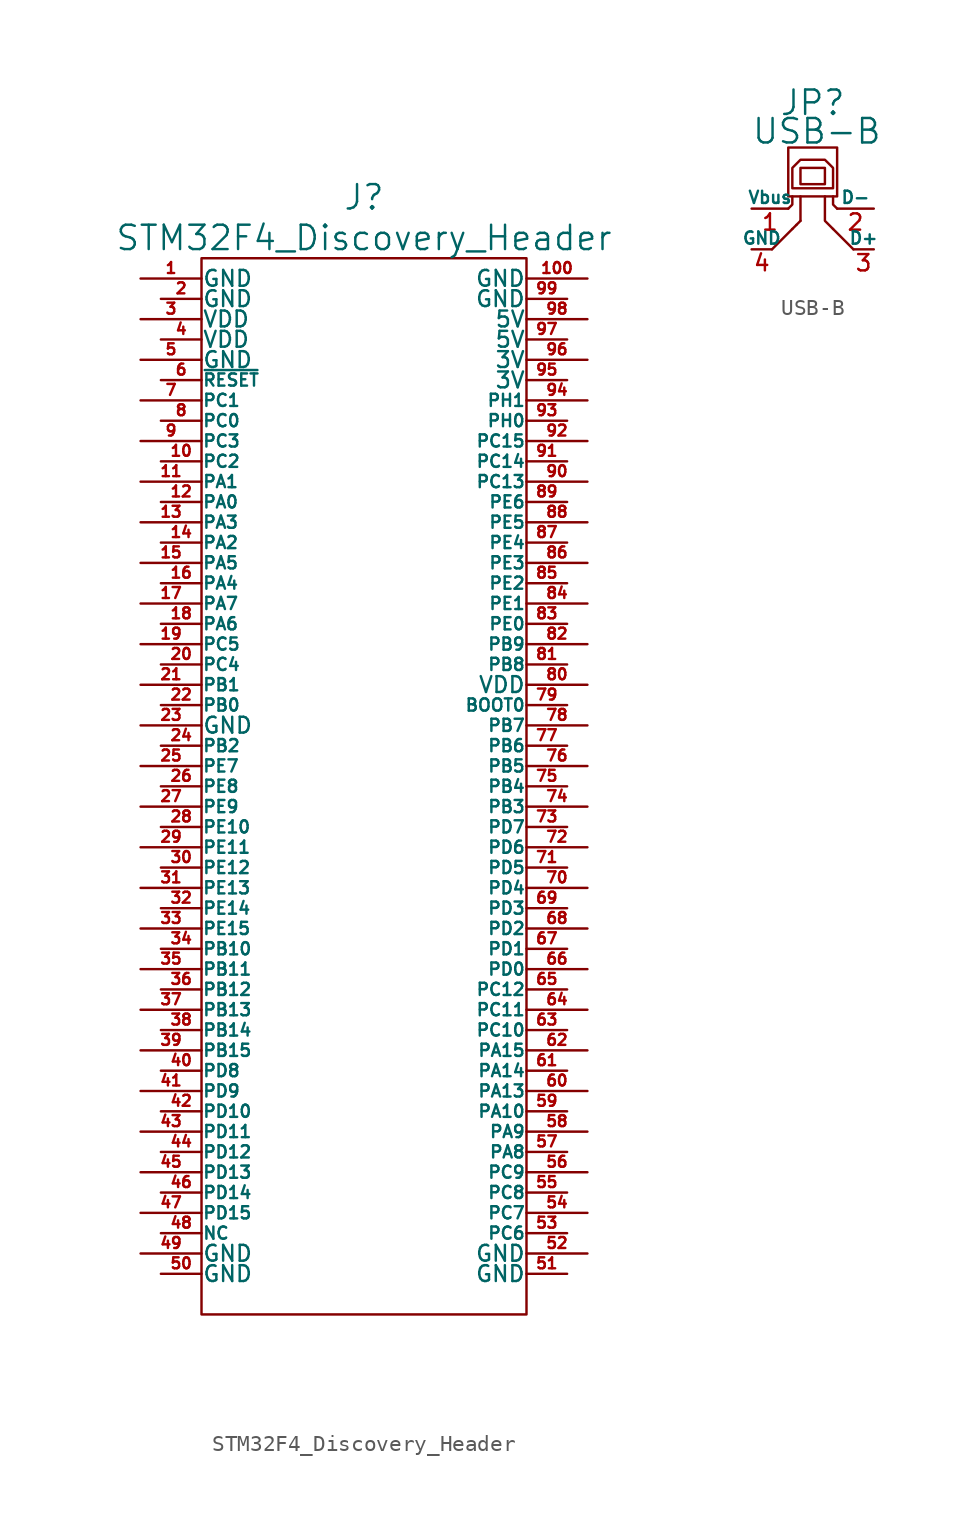
<source format=kicad_sym>
(kicad_symbol_lib
  (version 20201005)
  (generator kicad_symbol_editor)
  (symbol "STM32F4_Discovery_Header"
    (pin_names
      (offset 0.025))
    (property "Reference" "J"
      (at 0 36.83 0)
      (effects (font (size 1.524 1.524))))
    (property "Value" "STM32F4_Discovery_Header"
      (at 0 34.29 0)
      (effects (font (size 1.524 1.524))))
    (property "Footprint" ""
      (at 0 8.89 0)
      (effects (font (size 1.524 1.524))))
    (property "Datasheet" ""
      (at 0 8.89 0)
      (effects (font (size 1.524 1.524))))
    (symbol "STM32F4_Discovery_Header_0_1"
      (rectangle (start 10.16 -33.02) (end -10.16 33.02) (stroke (width 0)) (fill (type none))))
    (symbol "STM32F4_Discovery_Header_1_1"
      (pin passive line (at -13.97 31.75 0) (length 3.81) (name "GND" (effects (font (size 0.991 0.991)))) (number "1" (effects (font (size 0.686 0.686)))))
      (pin passive line (at -12.7 20.32 0) (length 2.54) (name "PC2" (effects (font (size 0.762 0.762)))) (number "10" (effects (font (size 0.686 0.686)))))
      (pin passive line (at 13.97 31.75 180) (length 3.81) (name "GND" (effects (font (size 0.991 0.991)))) (number "100" (effects (font (size 0.686 0.686)))))
      (pin passive line (at -13.97 19.05 0) (length 3.81) (name "PA1" (effects (font (size 0.762 0.762)))) (number "11" (effects (font (size 0.686 0.686)))))
      (pin passive line (at -12.7 17.78 0) (length 2.54) (name "PA0" (effects (font (size 0.762 0.762)))) (number "12" (effects (font (size 0.686 0.686)))))
      (pin passive line (at -13.97 16.51 0) (length 3.81) (name "PA3" (effects (font (size 0.762 0.762)))) (number "13" (effects (font (size 0.686 0.686)))))
      (pin passive line (at -12.7 15.24 0) (length 2.54) (name "PA2" (effects (font (size 0.762 0.762)))) (number "14" (effects (font (size 0.686 0.686)))))
      (pin passive line (at -13.97 13.97 0) (length 3.81) (name "PA5" (effects (font (size 0.762 0.762)))) (number "15" (effects (font (size 0.686 0.686)))))
      (pin passive line (at -12.7 12.7 0) (length 2.54) (name "PA4" (effects (font (size 0.762 0.762)))) (number "16" (effects (font (size 0.686 0.686)))))
      (pin passive line (at -13.97 11.43 0) (length 3.81) (name "PA7" (effects (font (size 0.762 0.762)))) (number "17" (effects (font (size 0.686 0.686)))))
      (pin passive line (at -12.7 10.16 0) (length 2.54) (name "PA6" (effects (font (size 0.762 0.762)))) (number "18" (effects (font (size 0.686 0.686)))))
      (pin passive line (at -13.97 8.89 0) (length 3.81) (name "PC5" (effects (font (size 0.762 0.762)))) (number "19" (effects (font (size 0.686 0.686)))))
      (pin passive line (at -12.7 30.48 0) (length 2.54) (name "GND" (effects (font (size 0.991 0.991)))) (number "2" (effects (font (size 0.686 0.686)))))
      (pin passive line (at -12.7 7.62 0) (length 2.54) (name "PC4" (effects (font (size 0.762 0.762)))) (number "20" (effects (font (size 0.686 0.686)))))
      (pin passive line (at -13.97 6.35 0) (length 3.81) (name "PB1" (effects (font (size 0.762 0.762)))) (number "21" (effects (font (size 0.686 0.686)))))
      (pin passive line (at -12.7 5.08 0) (length 2.54) (name "PB0" (effects (font (size 0.762 0.762)))) (number "22" (effects (font (size 0.686 0.686)))))
      (pin passive line (at -13.97 3.81 0) (length 3.81) (name "GND" (effects (font (size 0.991 0.991)))) (number "23" (effects (font (size 0.686 0.686)))))
      (pin passive line (at -12.7 2.54 0) (length 2.54) (name "PB2" (effects (font (size 0.762 0.762)))) (number "24" (effects (font (size 0.686 0.686)))))
      (pin passive line (at -13.97 1.27 0) (length 3.81) (name "PE7" (effects (font (size 0.762 0.762)))) (number "25" (effects (font (size 0.686 0.686)))))
      (pin passive line (at -12.7 0 0) (length 2.54) (name "PE8" (effects (font (size 0.762 0.762)))) (number "26" (effects (font (size 0.686 0.686)))))
      (pin passive line (at -13.97 -1.27 0) (length 3.81) (name "PE9" (effects (font (size 0.762 0.762)))) (number "27" (effects (font (size 0.686 0.686)))))
      (pin passive line (at -12.7 -2.54 0) (length 2.54) (name "PE10" (effects (font (size 0.762 0.762)))) (number "28" (effects (font (size 0.686 0.686)))))
      (pin passive line (at -13.97 -3.81 0) (length 3.81) (name "PE11" (effects (font (size 0.762 0.762)))) (number "29" (effects (font (size 0.686 0.686)))))
      (pin passive line (at -13.97 29.21 0) (length 3.81) (name "VDD" (effects (font (size 0.991 0.991)))) (number "3" (effects (font (size 0.686 0.686)))))
      (pin passive line (at -12.7 -5.08 0) (length 2.54) (name "PE12" (effects (font (size 0.762 0.762)))) (number "30" (effects (font (size 0.686 0.686)))))
      (pin passive line (at -13.97 -6.35 0) (length 3.81) (name "PE13" (effects (font (size 0.762 0.762)))) (number "31" (effects (font (size 0.686 0.686)))))
      (pin passive line (at -12.7 -7.62 0) (length 2.54) (name "PE14" (effects (font (size 0.762 0.762)))) (number "32" (effects (font (size 0.686 0.686)))))
      (pin passive line (at -13.97 -8.89 0) (length 3.81) (name "PE15" (effects (font (size 0.762 0.762)))) (number "33" (effects (font (size 0.686 0.686)))))
      (pin passive line (at -12.7 -10.16 0) (length 2.54) (name "PB10" (effects (font (size 0.762 0.762)))) (number "34" (effects (font (size 0.686 0.686)))))
      (pin passive line (at -13.97 -11.43 0) (length 3.81) (name "PB11" (effects (font (size 0.762 0.762)))) (number "35" (effects (font (size 0.686 0.686)))))
      (pin passive line (at -12.7 -12.7 0) (length 2.54) (name "PB12" (effects (font (size 0.762 0.762)))) (number "36" (effects (font (size 0.686 0.686)))))
      (pin passive line (at -13.97 -13.97 0) (length 3.81) (name "PB13" (effects (font (size 0.762 0.762)))) (number "37" (effects (font (size 0.686 0.686)))))
      (pin passive line (at -12.7 -15.24 0) (length 2.54) (name "PB14" (effects (font (size 0.762 0.762)))) (number "38" (effects (font (size 0.686 0.686)))))
      (pin passive line (at -13.97 -16.51 0) (length 3.81) (name "PB15" (effects (font (size 0.762 0.762)))) (number "39" (effects (font (size 0.686 0.686)))))
      (pin passive line (at -12.7 27.94 0) (length 2.54) (name "VDD" (effects (font (size 0.991 0.991)))) (number "4" (effects (font (size 0.686 0.686)))))
      (pin passive line (at -12.7 -17.78 0) (length 2.54) (name "PD8" (effects (font (size 0.762 0.762)))) (number "40" (effects (font (size 0.686 0.686)))))
      (pin passive line (at -13.97 -19.05 0) (length 3.81) (name "PD9" (effects (font (size 0.762 0.762)))) (number "41" (effects (font (size 0.686 0.686)))))
      (pin passive line (at -12.7 -20.32 0) (length 2.54) (name "PD10" (effects (font (size 0.762 0.762)))) (number "42" (effects (font (size 0.686 0.686)))))
      (pin passive line (at -13.97 -21.59 0) (length 3.81) (name "PD11" (effects (font (size 0.762 0.762)))) (number "43" (effects (font (size 0.686 0.686)))))
      (pin passive line (at -12.7 -22.86 0) (length 2.54) (name "PD12" (effects (font (size 0.762 0.762)))) (number "44" (effects (font (size 0.686 0.686)))))
      (pin passive line (at -13.97 -24.13 0) (length 3.81) (name "PD13" (effects (font (size 0.762 0.762)))) (number "45" (effects (font (size 0.686 0.686)))))
      (pin passive line (at -12.7 -25.4 0) (length 2.54) (name "PD14" (effects (font (size 0.762 0.762)))) (number "46" (effects (font (size 0.686 0.686)))))
      (pin passive line (at -13.97 -26.67 0) (length 3.81) (name "PD15" (effects (font (size 0.762 0.762)))) (number "47" (effects (font (size 0.686 0.686)))))
      (pin passive line (at -12.7 -27.94 0) (length 2.54) (name "NC" (effects (font (size 0.762 0.762)))) (number "48" (effects (font (size 0.686 0.686)))))
      (pin passive line (at -13.97 -29.21 0) (length 3.81) (name "GND" (effects (font (size 0.991 0.991)))) (number "49" (effects (font (size 0.686 0.686)))))
      (pin passive line (at -13.97 26.67 0) (length 3.81) (name "GND" (effects (font (size 0.991 0.991)))) (number "5" (effects (font (size 0.686 0.686)))))
      (pin passive line (at -12.7 -30.48 0) (length 2.54) (name "GND" (effects (font (size 0.991 0.991)))) (number "50" (effects (font (size 0.686 0.686)))))
      (pin passive line (at 12.7 -30.48 180) (length 2.54) (name "GND" (effects (font (size 0.991 0.991)))) (number "51" (effects (font (size 0.686 0.686)))))
      (pin passive line (at 13.97 -29.21 180) (length 3.81) (name "GND" (effects (font (size 0.991 0.991)))) (number "52" (effects (font (size 0.686 0.686)))))
      (pin passive line (at 12.7 -27.94 180) (length 2.54) (name "PC6" (effects (font (size 0.762 0.762)))) (number "53" (effects (font (size 0.686 0.686)))))
      (pin passive line (at 13.97 -26.67 180) (length 3.81) (name "PC7" (effects (font (size 0.762 0.762)))) (number "54" (effects (font (size 0.686 0.686)))))
      (pin passive line (at 12.7 -25.4 180) (length 2.54) (name "PC8" (effects (font (size 0.762 0.762)))) (number "55" (effects (font (size 0.686 0.686)))))
      (pin passive line (at 13.97 -24.13 180) (length 3.81) (name "PC9" (effects (font (size 0.762 0.762)))) (number "56" (effects (font (size 0.686 0.686)))))
      (pin passive line (at 12.7 -22.86 180) (length 2.54) (name "PA8" (effects (font (size 0.762 0.762)))) (number "57" (effects (font (size 0.686 0.686)))))
      (pin passive line (at 13.97 -21.59 180) (length 3.81) (name "PA9" (effects (font (size 0.762 0.762)))) (number "58" (effects (font (size 0.686 0.686)))))
      (pin passive line (at 12.7 -20.32 180) (length 2.54) (name "PA10" (effects (font (size 0.762 0.762)))) (number "59" (effects (font (size 0.686 0.686)))))
      (pin passive line (at -12.7 25.4 0) (length 2.54) (name "~RESET" (effects (font (size 0.762 0.762)))) (number "6" (effects (font (size 0.686 0.686)))))
      (pin passive line (at 13.97 -19.05 180) (length 3.81) (name "PA13" (effects (font (size 0.762 0.762)))) (number "60" (effects (font (size 0.686 0.686)))))
      (pin passive line (at 12.7 -17.78 180) (length 2.54) (name "PA14" (effects (font (size 0.762 0.762)))) (number "61" (effects (font (size 0.686 0.686)))))
      (pin passive line (at 13.97 -16.51 180) (length 3.81) (name "PA15" (effects (font (size 0.762 0.762)))) (number "62" (effects (font (size 0.686 0.686)))))
      (pin passive line (at 12.7 -15.24 180) (length 2.54) (name "PC10" (effects (font (size 0.762 0.762)))) (number "63" (effects (font (size 0.686 0.686)))))
      (pin passive line (at 13.97 -13.97 180) (length 3.81) (name "PC11" (effects (font (size 0.762 0.762)))) (number "64" (effects (font (size 0.686 0.686)))))
      (pin passive line (at 12.7 -12.7 180) (length 2.54) (name "PC12" (effects (font (size 0.762 0.762)))) (number "65" (effects (font (size 0.686 0.686)))))
      (pin passive line (at 13.97 -11.43 180) (length 3.81) (name "PD0" (effects (font (size 0.762 0.762)))) (number "66" (effects (font (size 0.686 0.686)))))
      (pin passive line (at 12.7 -10.16 180) (length 2.54) (name "PD1" (effects (font (size 0.762 0.762)))) (number "67" (effects (font (size 0.686 0.686)))))
      (pin passive line (at 13.97 -8.89 180) (length 3.81) (name "PD2" (effects (font (size 0.762 0.762)))) (number "68" (effects (font (size 0.686 0.686)))))
      (pin passive line (at 12.7 -7.62 180) (length 2.54) (name "PD3" (effects (font (size 0.762 0.762)))) (number "69" (effects (font (size 0.686 0.686)))))
      (pin passive line (at -13.97 24.13 0) (length 3.81) (name "PC1" (effects (font (size 0.762 0.762)))) (number "7" (effects (font (size 0.686 0.686)))))
      (pin passive line (at 13.97 -6.35 180) (length 3.81) (name "PD4" (effects (font (size 0.762 0.762)))) (number "70" (effects (font (size 0.686 0.686)))))
      (pin passive line (at 12.7 -5.08 180) (length 2.54) (name "PD5" (effects (font (size 0.762 0.762)))) (number "71" (effects (font (size 0.686 0.686)))))
      (pin passive line (at 13.97 -3.81 180) (length 3.81) (name "PD6" (effects (font (size 0.762 0.762)))) (number "72" (effects (font (size 0.686 0.686)))))
      (pin passive line (at 12.7 -2.54 180) (length 2.54) (name "PD7" (effects (font (size 0.762 0.762)))) (number "73" (effects (font (size 0.686 0.686)))))
      (pin passive line (at 13.97 -1.27 180) (length 3.81) (name "PB3" (effects (font (size 0.762 0.762)))) (number "74" (effects (font (size 0.686 0.686)))))
      (pin passive line (at 12.7 0 180) (length 2.54) (name "PB4" (effects (font (size 0.762 0.762)))) (number "75" (effects (font (size 0.686 0.686)))))
      (pin passive line (at 13.97 1.27 180) (length 3.81) (name "PB5" (effects (font (size 0.762 0.762)))) (number "76" (effects (font (size 0.686 0.686)))))
      (pin passive line (at 12.7 2.54 180) (length 2.54) (name "PB6" (effects (font (size 0.762 0.762)))) (number "77" (effects (font (size 0.686 0.686)))))
      (pin passive line (at 13.97 3.81 180) (length 3.81) (name "PB7" (effects (font (size 0.762 0.762)))) (number "78" (effects (font (size 0.686 0.686)))))
      (pin passive line (at 12.7 5.08 180) (length 2.54) (name "BOOT0" (effects (font (size 0.762 0.762)))) (number "79" (effects (font (size 0.686 0.686)))))
      (pin passive line (at -12.7 22.86 0) (length 2.54) (name "PC0" (effects (font (size 0.762 0.762)))) (number "8" (effects (font (size 0.686 0.686)))))
      (pin passive line (at 13.97 6.35 180) (length 3.81) (name "VDD" (effects (font (size 0.991 0.991)))) (number "80" (effects (font (size 0.686 0.686)))))
      (pin passive line (at 12.7 7.62 180) (length 2.54) (name "PB8" (effects (font (size 0.762 0.762)))) (number "81" (effects (font (size 0.686 0.686)))))
      (pin passive line (at 13.97 8.89 180) (length 3.81) (name "PB9" (effects (font (size 0.762 0.762)))) (number "82" (effects (font (size 0.686 0.686)))))
      (pin passive line (at 12.7 10.16 180) (length 2.54) (name "PE0" (effects (font (size 0.762 0.762)))) (number "83" (effects (font (size 0.686 0.686)))))
      (pin passive line (at 13.97 11.43 180) (length 3.81) (name "PE1" (effects (font (size 0.762 0.762)))) (number "84" (effects (font (size 0.686 0.686)))))
      (pin passive line (at 12.7 12.7 180) (length 2.54) (name "PE2" (effects (font (size 0.762 0.762)))) (number "85" (effects (font (size 0.686 0.686)))))
      (pin passive line (at 13.97 13.97 180) (length 3.81) (name "PE3" (effects (font (size 0.762 0.762)))) (number "86" (effects (font (size 0.686 0.686)))))
      (pin passive line (at 12.7 15.24 180) (length 2.54) (name "PE4" (effects (font (size 0.762 0.762)))) (number "87" (effects (font (size 0.686 0.686)))))
      (pin passive line (at 13.97 16.51 180) (length 3.81) (name "PE5" (effects (font (size 0.762 0.762)))) (number "88" (effects (font (size 0.686 0.686)))))
      (pin passive line (at 12.7 17.78 180) (length 2.54) (name "PE6" (effects (font (size 0.762 0.762)))) (number "89" (effects (font (size 0.686 0.686)))))
      (pin passive line (at -13.97 21.59 0) (length 3.81) (name "PC3" (effects (font (size 0.762 0.762)))) (number "9" (effects (font (size 0.686 0.686)))))
      (pin passive line (at 13.97 19.05 180) (length 3.81) (name "PC13" (effects (font (size 0.762 0.762)))) (number "90" (effects (font (size 0.686 0.686)))))
      (pin passive line (at 12.7 20.32 180) (length 2.54) (name "PC14" (effects (font (size 0.762 0.762)))) (number "91" (effects (font (size 0.686 0.686)))))
      (pin passive line (at 13.97 21.59 180) (length 3.81) (name "PC15" (effects (font (size 0.762 0.762)))) (number "92" (effects (font (size 0.686 0.686)))))
      (pin passive line (at 12.7 22.86 180) (length 2.54) (name "PH0" (effects (font (size 0.762 0.762)))) (number "93" (effects (font (size 0.686 0.686)))))
      (pin passive line (at 13.97 24.13 180) (length 3.81) (name "PH1" (effects (font (size 0.762 0.762)))) (number "94" (effects (font (size 0.686 0.686)))))
      (pin passive line (at 12.7 25.4 180) (length 2.54) (name "3V" (effects (font (size 0.991 0.991)))) (number "95" (effects (font (size 0.686 0.686)))))
      (pin passive line (at 13.97 26.67 180) (length 3.81) (name "3V" (effects (font (size 0.991 0.991)))) (number "96" (effects (font (size 0.686 0.686)))))
      (pin passive line (at 12.7 27.94 180) (length 2.54) (name "5V" (effects (font (size 0.991 0.991)))) (number "97" (effects (font (size 0.686 0.686)))))
      (pin passive line (at 13.97 29.21 180) (length 3.81) (name "5V" (effects (font (size 0.991 0.991)))) (number "98" (effects (font (size 0.686 0.686)))))
      (pin passive line (at 12.7 30.48 180) (length 2.54) (name "GND" (effects (font (size 0.991 0.991)))) (number "99" (effects (font (size 0.686 0.686)))))))
  (symbol "USB-B"
    (pin_names
      (offset 0))
    (property "Reference" "JP"
      (at 0 5.334 0)
      (effects (font (size 1.524 1.524))))
    (property "Value" "USB-B"
      (at 0.254 3.556 0)
      (effects (font (size 1.524 1.524))))
    (property "Footprint" ""
      (at 0 0 0)
      (effects (font (size 1.524 1.524))))
    (property "Datasheet" ""
      (at 0 0 0)
      (effects (font (size 1.524 1.524))))
    (symbol "USB-B_0_1"
      (rectangle (start -1.524 2.54) (end 1.524 -0.508) (stroke (width 0)) (fill (type none)))
      (polyline (pts (xy -1.27 -2.54) (xy -2.54 -3.81) (xy -2.54 -3.81)) (stroke (width 0)) (fill (type none)))
      (polyline (pts (xy -1.016 -2.286) (xy -1.27 -2.54) (xy -1.27 -2.54)) (stroke (width 0)) (fill (type none)))
      (polyline (pts (xy -0.762 -2.032) (xy -1.016 -2.286) (xy -1.016 -2.286)) (stroke (width 0)) (fill (type none)))
      (polyline (pts (xy -0.762 -2.032) (xy -0.762 -0.508) (xy -0.762 -0.508)) (stroke (width 0)) (fill (type none)))
      (polyline (pts (xy 2.54 -3.81) (xy 1.27 -2.54) (xy 1.27 -2.54)) (stroke (width 0)) (fill (type none)))
      (polyline (pts (xy -1.27 -0.508) (xy -1.27 -1.016) (xy -1.524 -1.27) (xy -1.524 -1.27)) (stroke (width 0)) (fill (type none)))
      (polyline (pts (xy 0.762 -0.508) (xy 0.762 -2.032) (xy 1.27 -2.54) (xy 1.27 -2.54)) (stroke (width 0)) (fill (type none)))
      (polyline (pts (xy 1.27 -0.508) (xy 1.27 -1.016) (xy 1.524 -1.27) (xy 1.524 -1.27)) (stroke (width 0)) (fill (type none)))
      (polyline (pts (xy -0.762 1.27) (xy -0.762 0.254) (xy 0.762 0.254) (xy 0.762 1.27) (xy -0.762 1.27) (xy -0.762 1.27)) (stroke (width 0)) (fill (type none)))
      (polyline (pts (xy -1.27 0) (xy -1.27 1.27) (xy -0.762 1.778) (xy 0.762 1.778) (xy 1.27 1.27) (xy 1.27 0) (xy -1.27 0) (xy -1.27 0)) (stroke (width 0)) (fill (type none))))
    (symbol "USB-B_1_1"
      (pin power_out line (at -3.81 -1.27 0) (length 2.286) (name "Vbus" (effects (font (size 0.762 0.762)))) (number "1" (effects (font (size 1.016 1.016)))))
      (pin bidirectional line (at 3.81 -1.27 180) (length 2.286) (name "D-" (effects (font (size 0.762 0.762)))) (number "2" (effects (font (size 1.016 1.016)))))
      (pin bidirectional line (at 3.81 -3.81 180) (length 1.27) (name "D+" (effects (font (size 0.762 0.762)))) (number "3" (effects (font (size 1.016 1.016)))))
      (pin power_out line (at -3.81 -3.81 0) (length 1.27) (name "GND" (effects (font (size 0.762 0.762)))) (number "4" (effects (font (size 1.016 1.016))))))))
</source>
